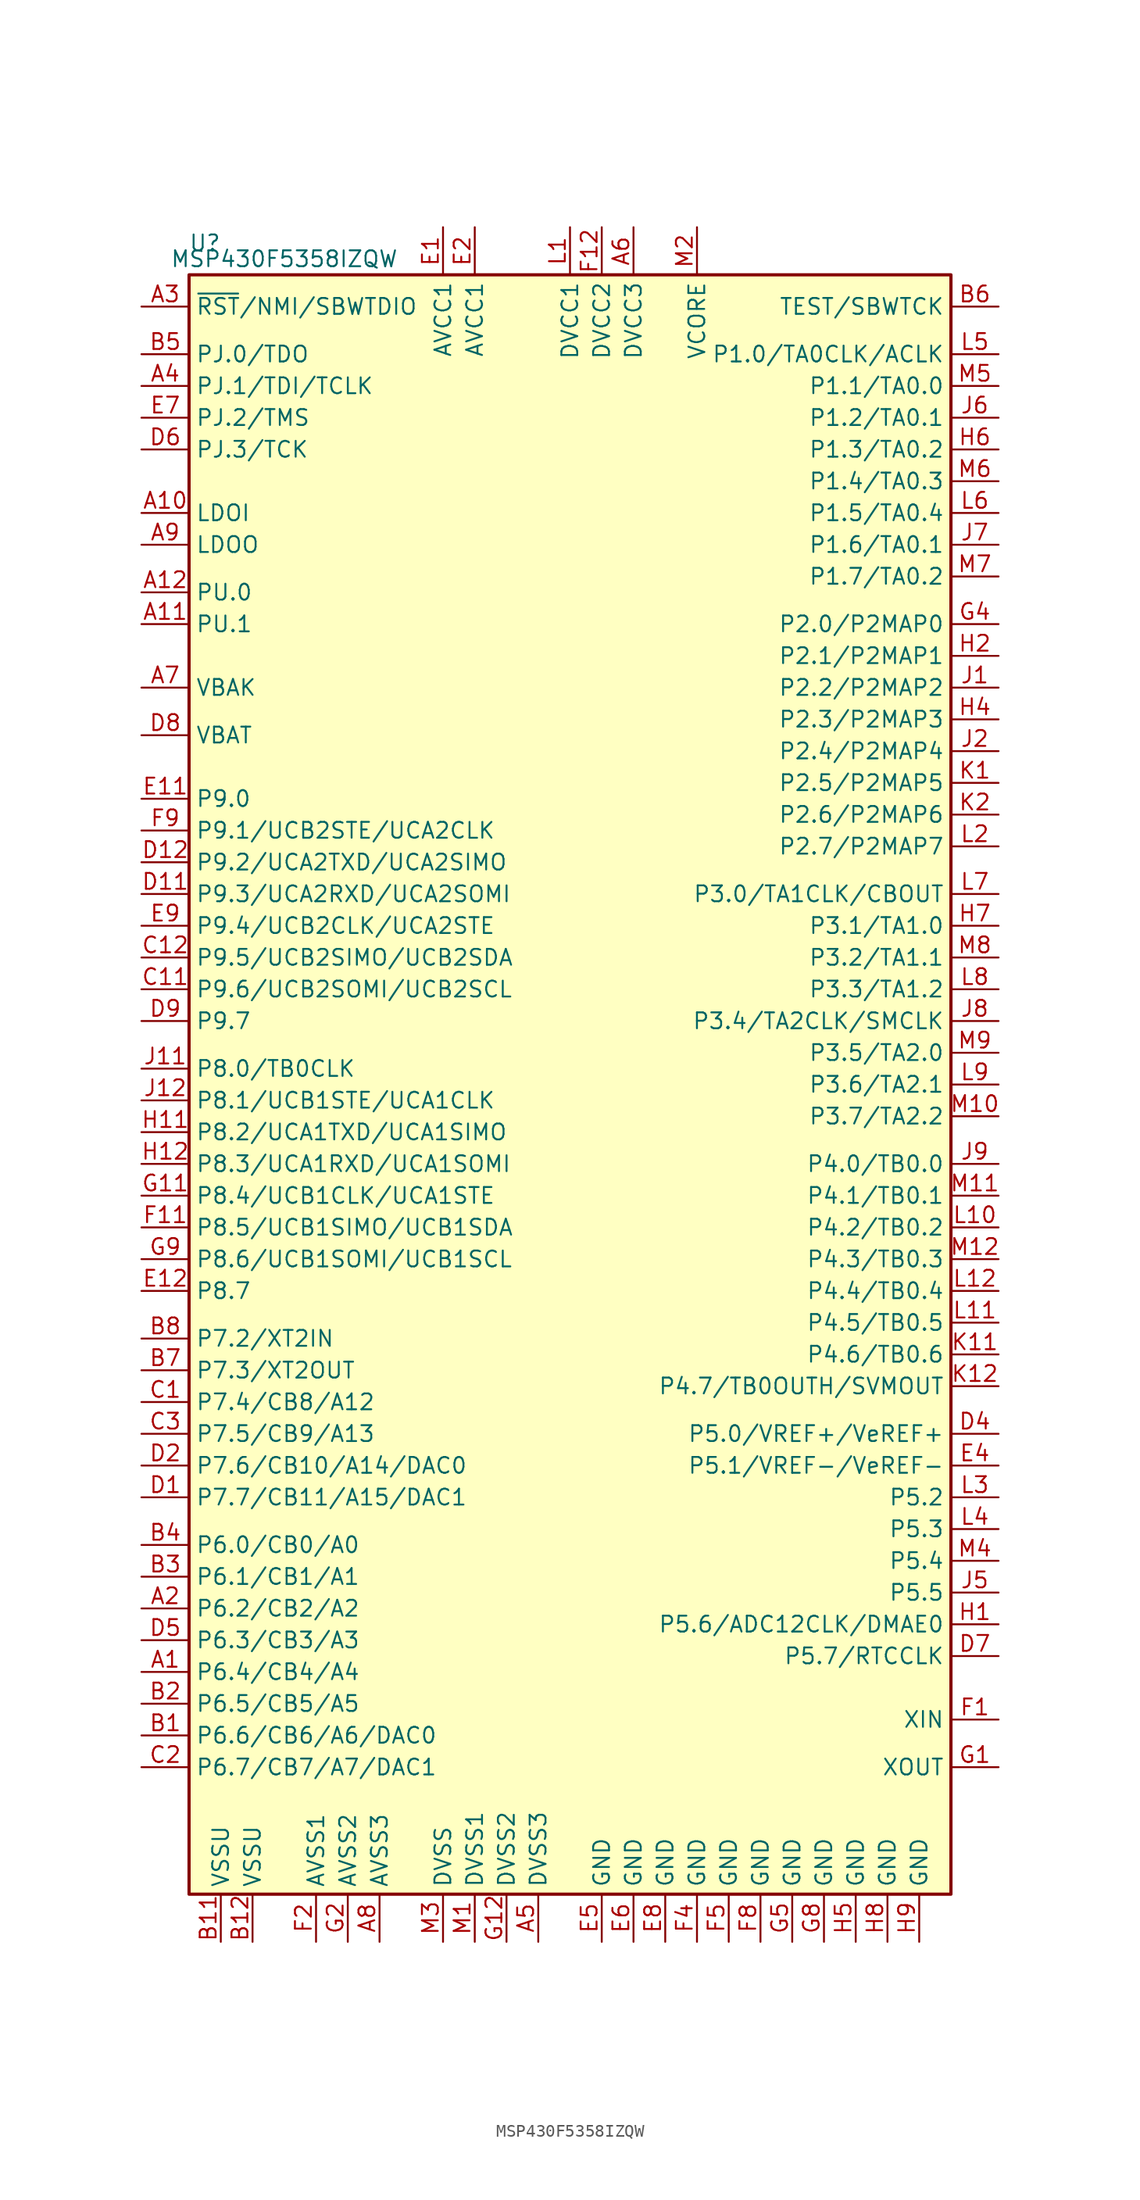
<source format=kicad_sym>
(kicad_symbol_lib
  (version 20231120)
  (generator "kicad_symbol_editor")
  (generator_version "8.0")
  (symbol "MSP430F5358IZQW"
    (property "Reference" "U"
      (at -29.21 68.58 0)
      (effects (font (size 1.27 1.27))))
    (property "Value" "MSP430F5358IZQW"
      (at -22.86 67.31 0)
      (effects (font (size 1.27 1.27))))
    (symbol "MSP430F5358IZQW_0_1"
      (rectangle (start -30.48 66.04) (end 30.48 -63.5) (stroke (width 0.254) (type default)) (fill (type background))))
    (symbol "MSP430F5358IZQW_1_1"
      (pin bidirectional line (at -34.29 -45.72 0) (length 3.81) (name "P6.4/CB4/A4" (effects (font (size 1.27 1.27)))) (number "A1" (effects (font (size 1.27 1.27)))))
      (pin bidirectional line (at -34.29 46.99 0) (length 3.81) (name "LDOI" (effects (font (size 1.27 1.27)))) (number "A10" (effects (font (size 1.27 1.27)))))
      (pin bidirectional line (at -34.29 38.1 0) (length 3.81) (name "PU.1" (effects (font (size 1.27 1.27)))) (number "A11" (effects (font (size 1.27 1.27)))))
      (pin bidirectional line (at -34.29 40.64 0) (length 3.81) (name "PU.0" (effects (font (size 1.27 1.27)))) (number "A12" (effects (font (size 1.27 1.27)))))
      (pin bidirectional line (at -34.29 -40.64 0) (length 3.81) (name "P6.2/CB2/A2" (effects (font (size 1.27 1.27)))) (number "A2" (effects (font (size 1.27 1.27)))))
      (pin input line (at -34.29 63.5 0) (length 3.81) (name "~{RST}/NMI/SBWTDIO" (effects (font (size 1.27 1.27)))) (number "A3" (effects (font (size 1.27 1.27)))))
      (pin bidirectional line (at -34.29 57.15 0) (length 3.81) (name "PJ.1/TDI/TCLK" (effects (font (size 1.27 1.27)))) (number "A4" (effects (font (size 1.27 1.27)))))
      (pin power_in line (at -2.54 -67.31 90) (length 3.81) (name "DVSS3" (effects (font (size 1.27 1.27)))) (number "A5" (effects (font (size 1.27 1.27)))))
      (pin power_in line (at 5.08 69.85 270) (length 3.81) (name "DVCC3" (effects (font (size 1.27 1.27)))) (number "A6" (effects (font (size 1.27 1.27)))))
      (pin bidirectional line (at -34.29 33.02 0) (length 3.81) (name "VBAK" (effects (font (size 1.27 1.27)))) (number "A7" (effects (font (size 1.27 1.27)))))
      (pin power_in line (at -15.24 -67.31 90) (length 3.81) (name "AVSS3" (effects (font (size 1.27 1.27)))) (number "A8" (effects (font (size 1.27 1.27)))))
      (pin bidirectional line (at -34.29 44.45 0) (length 3.81) (name "LDOO" (effects (font (size 1.27 1.27)))) (number "A9" (effects (font (size 1.27 1.27)))))
      (pin bidirectional line (at -34.29 -50.8 0) (length 3.81) (name "P6.6/CB6/A6/DAC0" (effects (font (size 1.27 1.27)))) (number "B1" (effects (font (size 1.27 1.27)))))
      (pin power_in line (at -27.94 -67.31 90) (length 3.81) (name "VSSU" (effects (font (size 1.27 1.27)))) (number "B11" (effects (font (size 1.27 1.27)))))
      (pin power_in line (at -25.4 -67.31 90) (length 3.81) (name "VSSU" (effects (font (size 1.27 1.27)))) (number "B12" (effects (font (size 1.27 1.27)))))
      (pin bidirectional line (at -34.29 -48.26 0) (length 3.81) (name "P6.5/CB5/A5" (effects (font (size 1.27 1.27)))) (number "B2" (effects (font (size 1.27 1.27)))))
      (pin bidirectional line (at -34.29 -38.1 0) (length 3.81) (name "P6.1/CB1/A1" (effects (font (size 1.27 1.27)))) (number "B3" (effects (font (size 1.27 1.27)))))
      (pin bidirectional line (at -34.29 -35.56 0) (length 3.81) (name "P6.0/CB0/A0" (effects (font (size 1.27 1.27)))) (number "B4" (effects (font (size 1.27 1.27)))))
      (pin bidirectional line (at -34.29 59.69 0) (length 3.81) (name "PJ.0/TDO" (effects (font (size 1.27 1.27)))) (number "B5" (effects (font (size 1.27 1.27)))))
      (pin input line (at 34.29 63.5 180) (length 3.81) (name "TEST/SBWTCK" (effects (font (size 1.27 1.27)))) (number "B6" (effects (font (size 1.27 1.27)))))
      (pin bidirectional line (at -34.29 -21.59 0) (length 3.81) (name "P7.3/XT2OUT" (effects (font (size 1.27 1.27)))) (number "B7" (effects (font (size 1.27 1.27)))))
      (pin bidirectional line (at -34.29 -19.05 0) (length 3.81) (name "P7.2/XT2IN" (effects (font (size 1.27 1.27)))) (number "B8" (effects (font (size 1.27 1.27)))))
      (pin bidirectional line (at -34.29 -24.13 0) (length 3.81) (name "P7.4/CB8/A12" (effects (font (size 1.27 1.27)))) (number "C1" (effects (font (size 1.27 1.27)))))
      (pin bidirectional line (at -34.29 8.89 0) (length 3.81) (name "P9.6/UCB2SOMI/UCB2SCL" (effects (font (size 1.27 1.27)))) (number "C11" (effects (font (size 1.27 1.27)))))
      (pin bidirectional line (at -34.29 11.43 0) (length 3.81) (name "P9.5/UCB2SIMO/UCB2SDA" (effects (font (size 1.27 1.27)))) (number "C12" (effects (font (size 1.27 1.27)))))
      (pin bidirectional line (at -34.29 -53.34 0) (length 3.81) (name "P6.7/CB7/A7/DAC1" (effects (font (size 1.27 1.27)))) (number "C2" (effects (font (size 1.27 1.27)))))
      (pin bidirectional line (at -34.29 -26.67 0) (length 3.81) (name "P7.5/CB9/A13" (effects (font (size 1.27 1.27)))) (number "C3" (effects (font (size 1.27 1.27)))))
      (pin bidirectional line (at -34.29 -31.75 0) (length 3.81) (name "P7.7/CB11/A15/DAC1" (effects (font (size 1.27 1.27)))) (number "D1" (effects (font (size 1.27 1.27)))))
      (pin bidirectional line (at -34.29 16.51 0) (length 3.81) (name "P9.3/UCA2RXD/UCA2SOMI" (effects (font (size 1.27 1.27)))) (number "D11" (effects (font (size 1.27 1.27)))))
      (pin bidirectional line (at -34.29 19.05 0) (length 3.81) (name "P9.2/UCA2TXD/UCA2SIMO" (effects (font (size 1.27 1.27)))) (number "D12" (effects (font (size 1.27 1.27)))))
      (pin bidirectional line (at -34.29 -29.21 0) (length 3.81) (name "P7.6/CB10/A14/DAC0" (effects (font (size 1.27 1.27)))) (number "D2" (effects (font (size 1.27 1.27)))))
      (pin bidirectional line (at 34.29 -26.67 180) (length 3.81) (name "P5.0/VREF+/VeREF+" (effects (font (size 1.27 1.27)))) (number "D4" (effects (font (size 1.27 1.27)))))
      (pin bidirectional line (at -34.29 -43.18 0) (length 3.81) (name "P6.3/CB3/A3" (effects (font (size 1.27 1.27)))) (number "D5" (effects (font (size 1.27 1.27)))))
      (pin bidirectional line (at -34.29 52.07 0) (length 3.81) (name "PJ.3/TCK" (effects (font (size 1.27 1.27)))) (number "D6" (effects (font (size 1.27 1.27)))))
      (pin bidirectional line (at 34.29 -44.45 180) (length 3.81) (name "P5.7/RTCCLK" (effects (font (size 1.27 1.27)))) (number "D7" (effects (font (size 1.27 1.27)))))
      (pin bidirectional line (at -34.29 29.21 0) (length 3.81) (name "VBAT" (effects (font (size 1.27 1.27)))) (number "D8" (effects (font (size 1.27 1.27)))))
      (pin bidirectional line (at -34.29 6.35 0) (length 3.81) (name "P9.7" (effects (font (size 1.27 1.27)))) (number "D9" (effects (font (size 1.27 1.27)))))
      (pin power_in line (at -10.16 69.85 270) (length 3.81) (name "AVCC1" (effects (font (size 1.27 1.27)))) (number "E1" (effects (font (size 1.27 1.27)))))
      (pin bidirectional line (at -34.29 24.13 0) (length 3.81) (name "P9.0" (effects (font (size 1.27 1.27)))) (number "E11" (effects (font (size 1.27 1.27)))))
      (pin bidirectional line (at -34.29 -15.24 0) (length 3.81) (name "P8.7" (effects (font (size 1.27 1.27)))) (number "E12" (effects (font (size 1.27 1.27)))))
      (pin power_in line (at -7.62 69.85 270) (length 3.81) (name "AVCC1" (effects (font (size 1.27 1.27)))) (number "E2" (effects (font (size 1.27 1.27)))))
      (pin bidirectional line (at 34.29 -29.21 180) (length 3.81) (name "P5.1/VREF-/VeREF-" (effects (font (size 1.27 1.27)))) (number "E4" (effects (font (size 1.27 1.27)))))
      (pin power_in line (at 2.54 -67.31 90) (length 3.81) (name "GND" (effects (font (size 1.27 1.27)))) (number "E5" (effects (font (size 1.27 1.27)))))
      (pin power_in line (at 5.08 -67.31 90) (length 3.81) (name "GND" (effects (font (size 1.27 1.27)))) (number "E6" (effects (font (size 1.27 1.27)))))
      (pin bidirectional line (at -34.29 54.61 0) (length 3.81) (name "PJ.2/TMS" (effects (font (size 1.27 1.27)))) (number "E7" (effects (font (size 1.27 1.27)))))
      (pin power_in line (at 7.62 -67.31 90) (length 3.81) (name "GND" (effects (font (size 1.27 1.27)))) (number "E8" (effects (font (size 1.27 1.27)))))
      (pin bidirectional line (at -34.29 13.97 0) (length 3.81) (name "P9.4/UCB2CLK/UCA2STE" (effects (font (size 1.27 1.27)))) (number "E9" (effects (font (size 1.27 1.27)))))
      (pin bidirectional line (at 34.29 -49.53 180) (length 3.81) (name "XIN" (effects (font (size 1.27 1.27)))) (number "F1" (effects (font (size 1.27 1.27)))))
      (pin bidirectional line (at -34.29 -10.16 0) (length 3.81) (name "P8.5/UCB1SIMO/UCB1SDA" (effects (font (size 1.27 1.27)))) (number "F11" (effects (font (size 1.27 1.27)))))
      (pin power_in line (at 2.54 69.85 270) (length 3.81) (name "DVCC2" (effects (font (size 1.27 1.27)))) (number "F12" (effects (font (size 1.27 1.27)))))
      (pin power_in line (at -20.32 -67.31 90) (length 3.81) (name "AVSS1" (effects (font (size 1.27 1.27)))) (number "F2" (effects (font (size 1.27 1.27)))))
      (pin power_in line (at 10.16 -67.31 90) (length 3.81) (name "GND" (effects (font (size 1.27 1.27)))) (number "F4" (effects (font (size 1.27 1.27)))))
      (pin power_in line (at 12.7 -67.31 90) (length 3.81) (name "GND" (effects (font (size 1.27 1.27)))) (number "F5" (effects (font (size 1.27 1.27)))))
      (pin power_in line (at 15.24 -67.31 90) (length 3.81) (name "GND" (effects (font (size 1.27 1.27)))) (number "F8" (effects (font (size 1.27 1.27)))))
      (pin bidirectional line (at -34.29 21.59 0) (length 3.81) (name "P9.1/UCB2STE/UCA2CLK" (effects (font (size 1.27 1.27)))) (number "F9" (effects (font (size 1.27 1.27)))))
      (pin bidirectional line (at 34.29 -53.34 180) (length 3.81) (name "XOUT" (effects (font (size 1.27 1.27)))) (number "G1" (effects (font (size 1.27 1.27)))))
      (pin bidirectional line (at -34.29 -7.62 0) (length 3.81) (name "P8.4/UCB1CLK/UCA1STE" (effects (font (size 1.27 1.27)))) (number "G11" (effects (font (size 1.27 1.27)))))
      (pin power_in line (at -5.08 -67.31 90) (length 3.81) (name "DVSS2" (effects (font (size 1.27 1.27)))) (number "G12" (effects (font (size 1.27 1.27)))))
      (pin power_in line (at -17.78 -67.31 90) (length 3.81) (name "AVSS2" (effects (font (size 1.27 1.27)))) (number "G2" (effects (font (size 1.27 1.27)))))
      (pin bidirectional line (at 34.29 38.1 180) (length 3.81) (name "P2.0/P2MAP0" (effects (font (size 1.27 1.27)))) (number "G4" (effects (font (size 1.27 1.27)))))
      (pin power_in line (at 17.78 -67.31 90) (length 3.81) (name "GND" (effects (font (size 1.27 1.27)))) (number "G5" (effects (font (size 1.27 1.27)))))
      (pin power_in line (at 20.32 -67.31 90) (length 3.81) (name "GND" (effects (font (size 1.27 1.27)))) (number "G8" (effects (font (size 1.27 1.27)))))
      (pin bidirectional line (at -34.29 -12.7 0) (length 3.81) (name "P8.6/UCB1SOMI/UCB1SCL" (effects (font (size 1.27 1.27)))) (number "G9" (effects (font (size 1.27 1.27)))))
      (pin bidirectional line (at 34.29 -41.91 180) (length 3.81) (name "P5.6/ADC12CLK/DMAE0" (effects (font (size 1.27 1.27)))) (number "H1" (effects (font (size 1.27 1.27)))))
      (pin bidirectional line (at -34.29 -2.54 0) (length 3.81) (name "P8.2/UCA1TXD/UCA1SIMO" (effects (font (size 1.27 1.27)))) (number "H11" (effects (font (size 1.27 1.27)))))
      (pin bidirectional line (at -34.29 -5.08 0) (length 3.81) (name "P8.3/UCA1RXD/UCA1SOMI" (effects (font (size 1.27 1.27)))) (number "H12" (effects (font (size 1.27 1.27)))))
      (pin bidirectional line (at 34.29 35.56 180) (length 3.81) (name "P2.1/P2MAP1" (effects (font (size 1.27 1.27)))) (number "H2" (effects (font (size 1.27 1.27)))))
      (pin bidirectional line (at 34.29 30.48 180) (length 3.81) (name "P2.3/P2MAP3" (effects (font (size 1.27 1.27)))) (number "H4" (effects (font (size 1.27 1.27)))))
      (pin power_in line (at 22.86 -67.31 90) (length 3.81) (name "GND" (effects (font (size 1.27 1.27)))) (number "H5" (effects (font (size 1.27 1.27)))))
      (pin bidirectional line (at 34.29 52.07 180) (length 3.81) (name "P1.3/TA0.2" (effects (font (size 1.27 1.27)))) (number "H6" (effects (font (size 1.27 1.27)))))
      (pin bidirectional line (at 34.29 13.97 180) (length 3.81) (name "P3.1/TA1.0" (effects (font (size 1.27 1.27)))) (number "H7" (effects (font (size 1.27 1.27)))))
      (pin power_in line (at 25.4 -67.31 90) (length 3.81) (name "GND" (effects (font (size 1.27 1.27)))) (number "H8" (effects (font (size 1.27 1.27)))))
      (pin power_in line (at 27.94 -67.31 90) (length 3.81) (name "GND" (effects (font (size 1.27 1.27)))) (number "H9" (effects (font (size 1.27 1.27)))))
      (pin bidirectional line (at 34.29 33.02 180) (length 3.81) (name "P2.2/P2MAP2" (effects (font (size 1.27 1.27)))) (number "J1" (effects (font (size 1.27 1.27)))))
      (pin bidirectional line (at -34.29 2.54 0) (length 3.81) (name "P8.0/TB0CLK" (effects (font (size 1.27 1.27)))) (number "J11" (effects (font (size 1.27 1.27)))))
      (pin bidirectional line (at -34.29 0 0) (length 3.81) (name "P8.1/UCB1STE/UCA1CLK" (effects (font (size 1.27 1.27)))) (number "J12" (effects (font (size 1.27 1.27)))))
      (pin bidirectional line (at 34.29 27.94 180) (length 3.81) (name "P2.4/P2MAP4" (effects (font (size 1.27 1.27)))) (number "J2" (effects (font (size 1.27 1.27)))))
      (pin bidirectional line (at 34.29 -39.37 180) (length 3.81) (name "P5.5" (effects (font (size 1.27 1.27)))) (number "J5" (effects (font (size 1.27 1.27)))))
      (pin bidirectional line (at 34.29 54.61 180) (length 3.81) (name "P1.2/TA0.1" (effects (font (size 1.27 1.27)))) (number "J6" (effects (font (size 1.27 1.27)))))
      (pin bidirectional line (at 34.29 44.45 180) (length 3.81) (name "P1.6/TA0.1" (effects (font (size 1.27 1.27)))) (number "J7" (effects (font (size 1.27 1.27)))))
      (pin bidirectional line (at 34.29 6.35 180) (length 3.81) (name "P3.4/TA2CLK/SMCLK" (effects (font (size 1.27 1.27)))) (number "J8" (effects (font (size 1.27 1.27)))))
      (pin bidirectional line (at 34.29 -5.08 180) (length 3.81) (name "P4.0/TB0.0" (effects (font (size 1.27 1.27)))) (number "J9" (effects (font (size 1.27 1.27)))))
      (pin bidirectional line (at 34.29 25.4 180) (length 3.81) (name "P2.5/P2MAP5" (effects (font (size 1.27 1.27)))) (number "K1" (effects (font (size 1.27 1.27)))))
      (pin bidirectional line (at 34.29 -20.32 180) (length 3.81) (name "P4.6/TB0.6" (effects (font (size 1.27 1.27)))) (number "K11" (effects (font (size 1.27 1.27)))))
      (pin bidirectional line (at 34.29 -22.86 180) (length 3.81) (name "P4.7/TB0OUTH/SVMOUT" (effects (font (size 1.27 1.27)))) (number "K12" (effects (font (size 1.27 1.27)))))
      (pin bidirectional line (at 34.29 22.86 180) (length 3.81) (name "P2.6/P2MAP6" (effects (font (size 1.27 1.27)))) (number "K2" (effects (font (size 1.27 1.27)))))
      (pin power_in line (at 0 69.85 270) (length 3.81) (name "DVCC1" (effects (font (size 1.27 1.27)))) (number "L1" (effects (font (size 1.27 1.27)))))
      (pin bidirectional line (at 34.29 -10.16 180) (length 3.81) (name "P4.2/TB0.2" (effects (font (size 1.27 1.27)))) (number "L10" (effects (font (size 1.27 1.27)))))
      (pin bidirectional line (at 34.29 -17.78 180) (length 3.81) (name "P4.5/TB0.5" (effects (font (size 1.27 1.27)))) (number "L11" (effects (font (size 1.27 1.27)))))
      (pin bidirectional line (at 34.29 -15.24 180) (length 3.81) (name "P4.4/TB0.4" (effects (font (size 1.27 1.27)))) (number "L12" (effects (font (size 1.27 1.27)))))
      (pin bidirectional line (at 34.29 20.32 180) (length 3.81) (name "P2.7/P2MAP7" (effects (font (size 1.27 1.27)))) (number "L2" (effects (font (size 1.27 1.27)))))
      (pin bidirectional line (at 34.29 -31.75 180) (length 3.81) (name "P5.2" (effects (font (size 1.27 1.27)))) (number "L3" (effects (font (size 1.27 1.27)))))
      (pin bidirectional line (at 34.29 -34.29 180) (length 3.81) (name "P5.3" (effects (font (size 1.27 1.27)))) (number "L4" (effects (font (size 1.27 1.27)))))
      (pin bidirectional line (at 34.29 59.69 180) (length 3.81) (name "P1.0/TA0CLK/ACLK" (effects (font (size 1.27 1.27)))) (number "L5" (effects (font (size 1.27 1.27)))))
      (pin bidirectional line (at 34.29 46.99 180) (length 3.81) (name "P1.5/TA0.4" (effects (font (size 1.27 1.27)))) (number "L6" (effects (font (size 1.27 1.27)))))
      (pin bidirectional line (at 34.29 16.51 180) (length 3.81) (name "P3.0/TA1CLK/CBOUT" (effects (font (size 1.27 1.27)))) (number "L7" (effects (font (size 1.27 1.27)))))
      (pin bidirectional line (at 34.29 8.89 180) (length 3.81) (name "P3.3/TA1.2" (effects (font (size 1.27 1.27)))) (number "L8" (effects (font (size 1.27 1.27)))))
      (pin bidirectional line (at 34.29 1.27 180) (length 3.81) (name "P3.6/TA2.1" (effects (font (size 1.27 1.27)))) (number "L9" (effects (font (size 1.27 1.27)))))
      (pin power_in line (at -7.62 -67.31 90) (length 3.81) (name "DVSS1" (effects (font (size 1.27 1.27)))) (number "M1" (effects (font (size 1.27 1.27)))))
      (pin bidirectional line (at 34.29 -1.27 180) (length 3.81) (name "P3.7/TA2.2" (effects (font (size 1.27 1.27)))) (number "M10" (effects (font (size 1.27 1.27)))))
      (pin bidirectional line (at 34.29 -7.62 180) (length 3.81) (name "P4.1/TB0.1" (effects (font (size 1.27 1.27)))) (number "M11" (effects (font (size 1.27 1.27)))))
      (pin bidirectional line (at 34.29 -12.7 180) (length 3.81) (name "P4.3/TB0.3" (effects (font (size 1.27 1.27)))) (number "M12" (effects (font (size 1.27 1.27)))))
      (pin bidirectional line (at 10.16 69.85 270) (length 3.81) (name "VCORE" (effects (font (size 1.27 1.27)))) (number "M2" (effects (font (size 1.27 1.27)))))
      (pin power_in line (at -10.16 -67.31 90) (length 3.81) (name "DVSS" (effects (font (size 1.27 1.27)))) (number "M3" (effects (font (size 1.27 1.27)))))
      (pin bidirectional line (at 34.29 -36.83 180) (length 3.81) (name "P5.4" (effects (font (size 1.27 1.27)))) (number "M4" (effects (font (size 1.27 1.27)))))
      (pin bidirectional line (at 34.29 57.15 180) (length 3.81) (name "P1.1/TA0.0" (effects (font (size 1.27 1.27)))) (number "M5" (effects (font (size 1.27 1.27)))))
      (pin bidirectional line (at 34.29 49.53 180) (length 3.81) (name "P1.4/TA0.3" (effects (font (size 1.27 1.27)))) (number "M6" (effects (font (size 1.27 1.27)))))
      (pin bidirectional line (at 34.29 41.91 180) (length 3.81) (name "P1.7/TA0.2" (effects (font (size 1.27 1.27)))) (number "M7" (effects (font (size 1.27 1.27)))))
      (pin bidirectional line (at 34.29 11.43 180) (length 3.81) (name "P3.2/TA1.1" (effects (font (size 1.27 1.27)))) (number "M8" (effects (font (size 1.27 1.27)))))
      (pin bidirectional line (at 34.29 3.81 180) (length 3.81) (name "P3.5/TA2.0" (effects (font (size 1.27 1.27)))) (number "M9" (effects (font (size 1.27 1.27))))))))
</source>
